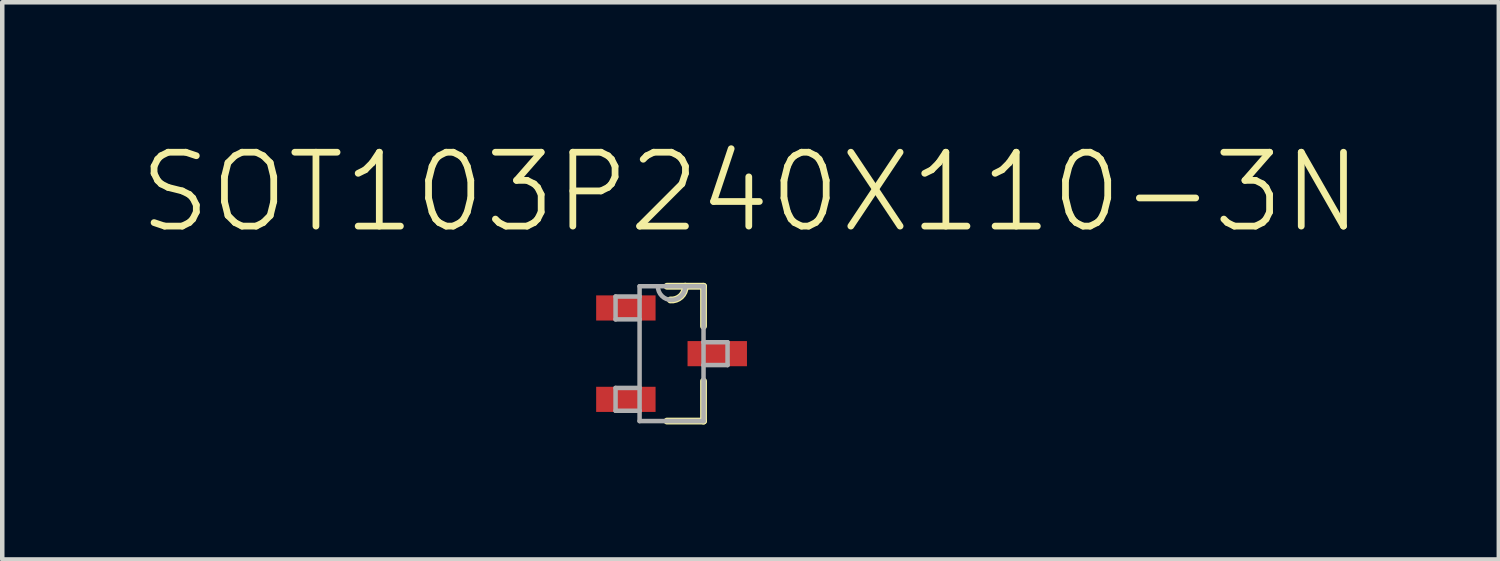
<source format=kicad_pcb>
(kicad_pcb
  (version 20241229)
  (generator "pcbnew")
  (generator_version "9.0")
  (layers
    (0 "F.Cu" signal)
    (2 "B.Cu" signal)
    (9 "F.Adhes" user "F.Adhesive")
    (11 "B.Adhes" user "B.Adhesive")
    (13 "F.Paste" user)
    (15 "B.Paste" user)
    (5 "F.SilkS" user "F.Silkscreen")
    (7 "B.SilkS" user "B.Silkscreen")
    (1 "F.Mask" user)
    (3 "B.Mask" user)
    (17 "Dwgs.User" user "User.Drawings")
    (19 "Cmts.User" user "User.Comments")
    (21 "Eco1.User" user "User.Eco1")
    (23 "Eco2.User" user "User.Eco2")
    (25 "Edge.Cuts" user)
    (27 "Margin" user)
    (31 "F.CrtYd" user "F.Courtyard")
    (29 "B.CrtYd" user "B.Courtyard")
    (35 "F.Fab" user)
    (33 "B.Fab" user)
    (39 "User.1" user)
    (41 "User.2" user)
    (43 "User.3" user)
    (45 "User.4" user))
  (footprint "SOT103P240X110-3N"
    (layer "F.Cu")
    (at 11.881 4.813)
    (property "Reference" "SOT103P240X110-3N" (at 1.756 -3.588 0) (layer "F.SilkS") (effects (font (size 1.643 1.643) (thickness 0.15))))
    (attr through_hole)
    (fp_line (start -0.102 1.499) (end 0.711 1.499) (stroke (width 0.152) (type solid)) (layer "F.SilkS"))
    (fp_line (start 0.305 -1.499) (end -0.102 -1.499) (stroke (width 0.152) (type solid)) (layer "F.SilkS"))
    (fp_line (start 0.711 -1.499) (end 0.305 -1.499) (stroke (width 0.152) (type solid)) (layer "F.SilkS"))
    (fp_line (start 0.711 -0.61) (end 0.711 -1.499) (stroke (width 0.152) (type solid)) (layer "F.SilkS"))
    (fp_line (start 0.711 1.499) (end 0.711 0.61) (stroke (width 0.152) (type solid)) (layer "F.SilkS"))
    (fp_arc (start 0.3048 -1.4986) (mid 0.206758 -1.273554) (end -0.0254 -1.1938) (stroke (width 0.1524) (type solid)) (layer "F.SilkS"))
    (fp_line (start -1.245 -1.27) (end -1.245 -0.762) (stroke (width 0.1) (type solid)) (layer "F.Fab"))
    (fp_line (start -1.245 -0.762) (end -0.711 -0.762) (stroke (width 0.1) (type solid)) (layer "F.Fab"))
    (fp_line (start -1.245 0.762) (end -1.245 1.27) (stroke (width 0.1) (type solid)) (layer "F.Fab"))
    (fp_line (start -1.245 1.27) (end -0.711 1.27) (stroke (width 0.1) (type solid)) (layer "F.Fab"))
    (fp_line (start -0.711 -1.499) (end -0.711 -1.27) (stroke (width 0.1) (type solid)) (layer "F.Fab"))
    (fp_line (start -0.711 -1.27) (end -1.245 -1.27) (stroke (width 0.1) (type solid)) (layer "F.Fab"))
    (fp_line (start -0.711 -1.27) (end -0.711 -0.762) (stroke (width 0.1) (type solid)) (layer "F.Fab"))
    (fp_line (start -0.711 -0.762) (end -0.711 0.762) (stroke (width 0.1) (type solid)) (layer "F.Fab"))
    (fp_line (start -0.711 0.762) (end -1.245 0.762) (stroke (width 0.1) (type solid)) (layer "F.Fab"))
    (fp_line (start -0.711 1.27) (end -0.711 0.762) (stroke (width 0.1) (type solid)) (layer "F.Fab"))
    (fp_line (start -0.711 1.499) (end -0.711 1.27) (stroke (width 0.1) (type solid)) (layer "F.Fab"))
    (fp_line (start -0.711 1.499) (end 0.711 1.499) (stroke (width 0.1) (type solid)) (layer "F.Fab"))
    (fp_line (start -0.305 -1.499) (end -0.711 -1.499) (stroke (width 0.1) (type solid)) (layer "F.Fab"))
    (fp_line (start 0.305 -1.499) (end -0.305 -1.499) (stroke (width 0.1) (type solid)) (layer "F.Fab"))
    (fp_line (start 0.711 -1.499) (end 0.305 -1.499) (stroke (width 0.1) (type solid)) (layer "F.Fab"))
    (fp_line (start 0.711 -0.254) (end 0.711 -1.499) (stroke (width 0.1) (type solid)) (layer "F.Fab"))
    (fp_line (start 0.711 0.254) (end 0.711 -0.254) (stroke (width 0.1) (type solid)) (layer "F.Fab"))
    (fp_line (start 0.711 0.254) (end 1.245 0.254) (stroke (width 0.1) (type solid)) (layer "F.Fab"))
    (fp_line (start 0.711 1.499) (end 0.711 0.254) (stroke (width 0.1) (type solid)) (layer "F.Fab"))
    (fp_line (start 1.245 -0.254) (end 0.711 -0.254) (stroke (width 0.1) (type solid)) (layer "F.Fab"))
    (fp_line (start 1.245 0.254) (end 1.245 -0.254) (stroke (width 0.1) (type solid)) (layer "F.Fab"))
    (fp_arc (start 0.3048 -1.4986) (mid 0 -1.1938) (end -0.3048 -1.4986) (stroke (width 0.1) (type solid)) (layer "F.Fab"))
    (pad "1" smd rect (at -1.016 -1.016) (size 1.321 0.559) (layers "F.Cu" "F.Mask" "F.Paste"))
    (pad "2" smd rect (at -1.016 1.016) (size 1.321 0.559) (layers "F.Cu" "F.Mask" "F.Paste"))
    (pad "3" smd rect (at 1.016 0) (size 1.321 0.559) (layers "F.Cu" "F.Mask" "F.Paste")))
  (gr_rect
    (start -3 -3)
    (end 30.274 9.388)
    (stroke (width 0.1) (type default))
    (fill no)
    (layer "Edge.Cuts")))
</source>
